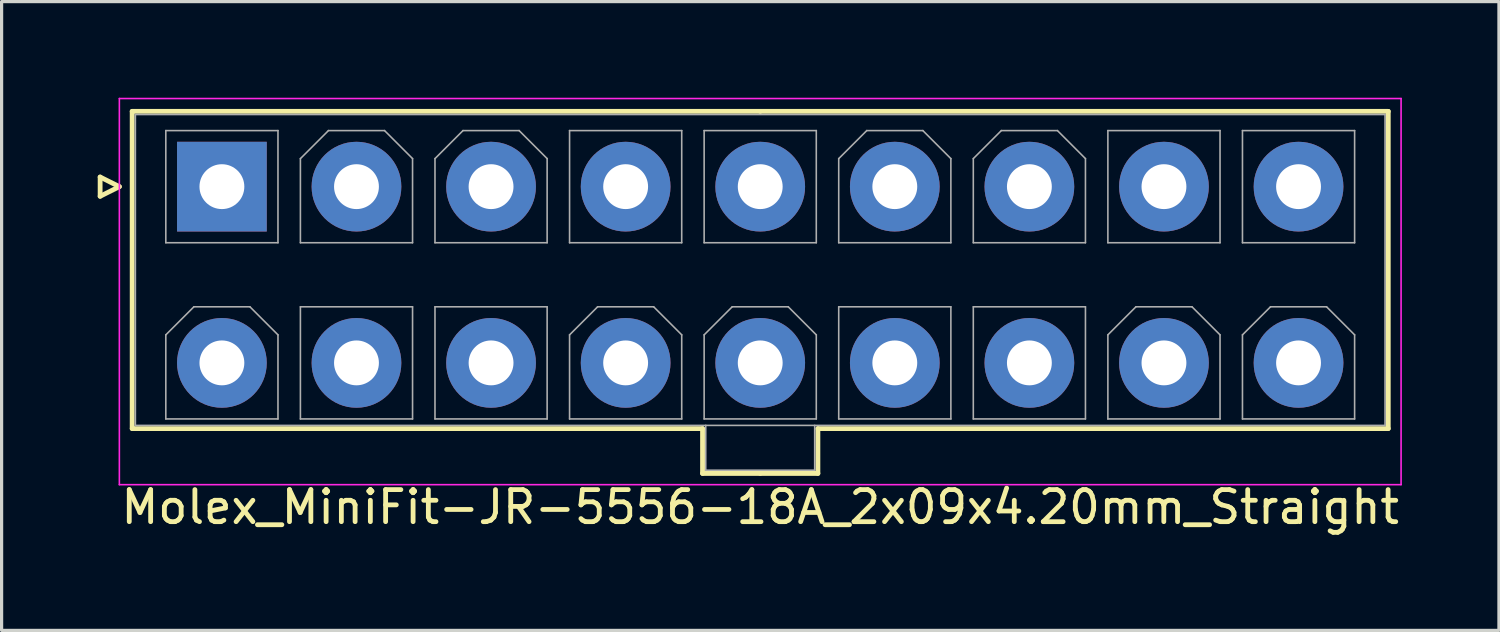
<source format=kicad_pcb>
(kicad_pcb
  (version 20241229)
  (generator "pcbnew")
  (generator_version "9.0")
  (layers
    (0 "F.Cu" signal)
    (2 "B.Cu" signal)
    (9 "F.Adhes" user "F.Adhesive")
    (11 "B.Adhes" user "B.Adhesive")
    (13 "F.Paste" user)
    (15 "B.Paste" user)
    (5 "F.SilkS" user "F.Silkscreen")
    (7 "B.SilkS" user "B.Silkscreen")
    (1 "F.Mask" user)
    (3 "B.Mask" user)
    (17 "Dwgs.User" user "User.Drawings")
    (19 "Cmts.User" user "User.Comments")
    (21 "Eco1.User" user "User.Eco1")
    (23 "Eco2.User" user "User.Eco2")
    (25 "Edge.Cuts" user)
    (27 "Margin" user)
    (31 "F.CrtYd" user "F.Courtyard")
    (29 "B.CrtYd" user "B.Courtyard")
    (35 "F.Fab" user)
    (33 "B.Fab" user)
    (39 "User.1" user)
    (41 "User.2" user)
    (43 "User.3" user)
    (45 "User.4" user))
  (footprint "Molex_MiniFit-JR-5556-18A_2x09x4.20mm_Straight"
    (layer "F.Cu")
    (at 3.875 2.775)
    (property "Reference" "Molex_MiniFit-JR-5556-18A_2x09x4.20mm_Straight" (at 16.8 10 0) (layer "F.SilkS") (effects (font (size 1 1) (thickness 0.15))))
    (attr through_hole)
    (fp_line (start -3.8 -0.3) (end -3.2 0) (stroke (width 0.15) (type solid)) (layer "F.SilkS"))
    (fp_line (start -3.8 0.3) (end -3.8 -0.3) (stroke (width 0.15) (type solid)) (layer "F.SilkS"))
    (fp_line (start -3.2 0) (end -3.8 0.3) (stroke (width 0.15) (type solid)) (layer "F.SilkS"))
    (fp_line (start -2.8 -2.35) (end -2.8 7.55) (stroke (width 0.15) (type solid)) (layer "F.SilkS"))
    (fp_line (start -2.8 7.55) (end 15 7.55) (stroke (width 0.15) (type solid)) (layer "F.SilkS"))
    (fp_line (start 15 7.55) (end 15 8.95) (stroke (width 0.15) (type solid)) (layer "F.SilkS"))
    (fp_line (start 15 8.95) (end 16.8 8.95) (stroke (width 0.15) (type solid)) (layer "F.SilkS"))
    (fp_line (start 16.8 -2.35) (end -2.8 -2.35) (stroke (width 0.15) (type solid)) (layer "F.SilkS"))
    (fp_line (start 16.8 -2.35) (end 36.4 -2.35) (stroke (width 0.15) (type solid)) (layer "F.SilkS"))
    (fp_line (start 18.6 7.55) (end 18.6 8.95) (stroke (width 0.15) (type solid)) (layer "F.SilkS"))
    (fp_line (start 18.6 8.95) (end 16.8 8.95) (stroke (width 0.15) (type solid)) (layer "F.SilkS"))
    (fp_line (start 36.4 -2.35) (end 36.4 7.55) (stroke (width 0.15) (type solid)) (layer "F.SilkS"))
    (fp_line (start 36.4 7.55) (end 18.6 7.55) (stroke (width 0.15) (type solid)) (layer "F.SilkS"))
    (fp_line (start -3.2 -2.75) (end -3.2 9.3) (stroke (width 0.05) (type solid)) (layer "F.CrtYd"))
    (fp_line (start -3.2 9.3) (end 36.8 9.3) (stroke (width 0.05) (type solid)) (layer "F.CrtYd"))
    (fp_line (start 36.8 -2.75) (end -3.2 -2.75) (stroke (width 0.05) (type solid)) (layer "F.CrtYd"))
    (fp_line (start 36.8 9.3) (end 36.8 -2.75) (stroke (width 0.05) (type solid)) (layer "F.CrtYd"))
    (fp_line (start -2.7 -2.25) (end -2.7 7.45) (stroke (width 0.05) (type solid)) (layer "F.Fab"))
    (fp_line (start -2.7 7.45) (end 36.3 7.45) (stroke (width 0.05) (type solid)) (layer "F.Fab"))
    (fp_line (start -1.75 -1.75) (end -1.75 1.75) (stroke (width 0.05) (type solid)) (layer "F.Fab"))
    (fp_line (start -1.75 1.75) (end 1.75 1.75) (stroke (width 0.05) (type solid)) (layer "F.Fab"))
    (fp_line (start -1.75 4.625) (end -0.875 3.75) (stroke (width 0.05) (type solid)) (layer "F.Fab"))
    (fp_line (start -1.75 7.25) (end -1.75 4.625) (stroke (width 0.05) (type solid)) (layer "F.Fab"))
    (fp_line (start -0.875 3.75) (end 0.875 3.75) (stroke (width 0.05) (type solid)) (layer "F.Fab"))
    (fp_line (start 0.875 3.75) (end 1.75 4.625) (stroke (width 0.05) (type solid)) (layer "F.Fab"))
    (fp_line (start 1.75 -1.75) (end -1.75 -1.75) (stroke (width 0.05) (type solid)) (layer "F.Fab"))
    (fp_line (start 1.75 1.75) (end 1.75 -1.75) (stroke (width 0.05) (type solid)) (layer "F.Fab"))
    (fp_line (start 1.75 4.625) (end 1.75 7.25) (stroke (width 0.05) (type solid)) (layer "F.Fab"))
    (fp_line (start 1.75 7.25) (end -1.75 7.25) (stroke (width 0.05) (type solid)) (layer "F.Fab"))
    (fp_line (start 2.45 -0.875) (end 3.325 -1.75) (stroke (width 0.05) (type solid)) (layer "F.Fab"))
    (fp_line (start 2.45 1.75) (end 2.45 -0.875) (stroke (width 0.05) (type solid)) (layer "F.Fab"))
    (fp_line (start 2.45 3.75) (end 2.45 7.25) (stroke (width 0.05) (type solid)) (layer "F.Fab"))
    (fp_line (start 2.45 7.25) (end 5.95 7.25) (stroke (width 0.05) (type solid)) (layer "F.Fab"))
    (fp_line (start 3.325 -1.75) (end 5.075 -1.75) (stroke (width 0.05) (type solid)) (layer "F.Fab"))
    (fp_line (start 5.075 -1.75) (end 5.95 -0.875) (stroke (width 0.05) (type solid)) (layer "F.Fab"))
    (fp_line (start 5.95 -0.875) (end 5.95 1.75) (stroke (width 0.05) (type solid)) (layer "F.Fab"))
    (fp_line (start 5.95 1.75) (end 2.45 1.75) (stroke (width 0.05) (type solid)) (layer "F.Fab"))
    (fp_line (start 5.95 3.75) (end 2.45 3.75) (stroke (width 0.05) (type solid)) (layer "F.Fab"))
    (fp_line (start 5.95 7.25) (end 5.95 3.75) (stroke (width 0.05) (type solid)) (layer "F.Fab"))
    (fp_line (start 6.65 -0.875) (end 7.525 -1.75) (stroke (width 0.05) (type solid)) (layer "F.Fab"))
    (fp_line (start 6.65 1.75) (end 6.65 -0.875) (stroke (width 0.05) (type solid)) (layer "F.Fab"))
    (fp_line (start 6.65 3.75) (end 6.65 7.25) (stroke (width 0.05) (type solid)) (layer "F.Fab"))
    (fp_line (start 6.65 7.25) (end 10.15 7.25) (stroke (width 0.05) (type solid)) (layer "F.Fab"))
    (fp_line (start 7.525 -1.75) (end 9.275 -1.75) (stroke (width 0.05) (type solid)) (layer "F.Fab"))
    (fp_line (start 9.275 -1.75) (end 10.15 -0.875) (stroke (width 0.05) (type solid)) (layer "F.Fab"))
    (fp_line (start 10.15 -0.875) (end 10.15 1.75) (stroke (width 0.05) (type solid)) (layer "F.Fab"))
    (fp_line (start 10.15 1.75) (end 6.65 1.75) (stroke (width 0.05) (type solid)) (layer "F.Fab"))
    (fp_line (start 10.15 3.75) (end 6.65 3.75) (stroke (width 0.05) (type solid)) (layer "F.Fab"))
    (fp_line (start 10.15 7.25) (end 10.15 3.75) (stroke (width 0.05) (type solid)) (layer "F.Fab"))
    (fp_line (start 10.85 -1.75) (end 10.85 1.75) (stroke (width 0.05) (type solid)) (layer "F.Fab"))
    (fp_line (start 10.85 1.75) (end 14.35 1.75) (stroke (width 0.05) (type solid)) (layer "F.Fab"))
    (fp_line (start 10.85 4.625) (end 11.725 3.75) (stroke (width 0.05) (type solid)) (layer "F.Fab"))
    (fp_line (start 10.85 7.25) (end 10.85 4.625) (stroke (width 0.05) (type solid)) (layer "F.Fab"))
    (fp_line (start 11.725 3.75) (end 13.475 3.75) (stroke (width 0.05) (type solid)) (layer "F.Fab"))
    (fp_line (start 13.475 3.75) (end 14.35 4.625) (stroke (width 0.05) (type solid)) (layer "F.Fab"))
    (fp_line (start 14.35 -1.75) (end 10.85 -1.75) (stroke (width 0.05) (type solid)) (layer "F.Fab"))
    (fp_line (start 14.35 1.75) (end 14.35 -1.75) (stroke (width 0.05) (type solid)) (layer "F.Fab"))
    (fp_line (start 14.35 4.625) (end 14.35 7.25) (stroke (width 0.05) (type solid)) (layer "F.Fab"))
    (fp_line (start 14.35 7.25) (end 10.85 7.25) (stroke (width 0.05) (type solid)) (layer "F.Fab"))
    (fp_line (start 15.05 -1.75) (end 15.05 1.75) (stroke (width 0.05) (type solid)) (layer "F.Fab"))
    (fp_line (start 15.05 1.75) (end 18.55 1.75) (stroke (width 0.05) (type solid)) (layer "F.Fab"))
    (fp_line (start 15.05 4.625) (end 15.925 3.75) (stroke (width 0.05) (type solid)) (layer "F.Fab"))
    (fp_line (start 15.05 7.25) (end 15.05 4.625) (stroke (width 0.05) (type solid)) (layer "F.Fab"))
    (fp_line (start 15.1 7.45) (end 15.1 8.85) (stroke (width 0.05) (type solid)) (layer "F.Fab"))
    (fp_line (start 15.1 8.85) (end 18.5 8.85) (stroke (width 0.05) (type solid)) (layer "F.Fab"))
    (fp_line (start 15.925 3.75) (end 17.675 3.75) (stroke (width 0.05) (type solid)) (layer "F.Fab"))
    (fp_line (start 17.675 3.75) (end 18.55 4.625) (stroke (width 0.05) (type solid)) (layer "F.Fab"))
    (fp_line (start 18.5 8.85) (end 18.5 7.45) (stroke (width 0.05) (type solid)) (layer "F.Fab"))
    (fp_line (start 18.55 -1.75) (end 15.05 -1.75) (stroke (width 0.05) (type solid)) (layer "F.Fab"))
    (fp_line (start 18.55 1.75) (end 18.55 -1.75) (stroke (width 0.05) (type solid)) (layer "F.Fab"))
    (fp_line (start 18.55 4.625) (end 18.55 7.25) (stroke (width 0.05) (type solid)) (layer "F.Fab"))
    (fp_line (start 18.55 7.25) (end 15.05 7.25) (stroke (width 0.05) (type solid)) (layer "F.Fab"))
    (fp_line (start 19.25 -0.875) (end 20.125 -1.75) (stroke (width 0.05) (type solid)) (layer "F.Fab"))
    (fp_line (start 19.25 1.75) (end 19.25 -0.875) (stroke (width 0.05) (type solid)) (layer "F.Fab"))
    (fp_line (start 19.25 3.75) (end 19.25 7.25) (stroke (width 0.05) (type solid)) (layer "F.Fab"))
    (fp_line (start 19.25 7.25) (end 22.75 7.25) (stroke (width 0.05) (type solid)) (layer "F.Fab"))
    (fp_line (start 20.125 -1.75) (end 21.875 -1.75) (stroke (width 0.05) (type solid)) (layer "F.Fab"))
    (fp_line (start 21.875 -1.75) (end 22.75 -0.875) (stroke (width 0.05) (type solid)) (layer "F.Fab"))
    (fp_line (start 22.75 -0.875) (end 22.75 1.75) (stroke (width 0.05) (type solid)) (layer "F.Fab"))
    (fp_line (start 22.75 1.75) (end 19.25 1.75) (stroke (width 0.05) (type solid)) (layer "F.Fab"))
    (fp_line (start 22.75 3.75) (end 19.25 3.75) (stroke (width 0.05) (type solid)) (layer "F.Fab"))
    (fp_line (start 22.75 7.25) (end 22.75 3.75) (stroke (width 0.05) (type solid)) (layer "F.Fab"))
    (fp_line (start 23.45 -0.875) (end 24.325 -1.75) (stroke (width 0.05) (type solid)) (layer "F.Fab"))
    (fp_line (start 23.45 1.75) (end 23.45 -0.875) (stroke (width 0.05) (type solid)) (layer "F.Fab"))
    (fp_line (start 23.45 3.75) (end 23.45 7.25) (stroke (width 0.05) (type solid)) (layer "F.Fab"))
    (fp_line (start 23.45 7.25) (end 26.95 7.25) (stroke (width 0.05) (type solid)) (layer "F.Fab"))
    (fp_line (start 24.325 -1.75) (end 26.075 -1.75) (stroke (width 0.05) (type solid)) (layer "F.Fab"))
    (fp_line (start 26.075 -1.75) (end 26.95 -0.875) (stroke (width 0.05) (type solid)) (layer "F.Fab"))
    (fp_line (start 26.95 -0.875) (end 26.95 1.75) (stroke (width 0.05) (type solid)) (layer "F.Fab"))
    (fp_line (start 26.95 1.75) (end 23.45 1.75) (stroke (width 0.05) (type solid)) (layer "F.Fab"))
    (fp_line (start 26.95 3.75) (end 23.45 3.75) (stroke (width 0.05) (type solid)) (layer "F.Fab"))
    (fp_line (start 26.95 7.25) (end 26.95 3.75) (stroke (width 0.05) (type solid)) (layer "F.Fab"))
    (fp_line (start 27.65 -1.75) (end 27.65 1.75) (stroke (width 0.05) (type solid)) (layer "F.Fab"))
    (fp_line (start 27.65 1.75) (end 31.15 1.75) (stroke (width 0.05) (type solid)) (layer "F.Fab"))
    (fp_line (start 27.65 4.625) (end 28.525 3.75) (stroke (width 0.05) (type solid)) (layer "F.Fab"))
    (fp_line (start 27.65 7.25) (end 27.65 4.625) (stroke (width 0.05) (type solid)) (layer "F.Fab"))
    (fp_line (start 28.525 3.75) (end 30.275 3.75) (stroke (width 0.05) (type solid)) (layer "F.Fab"))
    (fp_line (start 30.275 3.75) (end 31.15 4.625) (stroke (width 0.05) (type solid)) (layer "F.Fab"))
    (fp_line (start 31.15 -1.75) (end 27.65 -1.75) (stroke (width 0.05) (type solid)) (layer "F.Fab"))
    (fp_line (start 31.15 1.75) (end 31.15 -1.75) (stroke (width 0.05) (type solid)) (layer "F.Fab"))
    (fp_line (start 31.15 4.625) (end 31.15 7.25) (stroke (width 0.05) (type solid)) (layer "F.Fab"))
    (fp_line (start 31.15 7.25) (end 27.65 7.25) (stroke (width 0.05) (type solid)) (layer "F.Fab"))
    (fp_line (start 31.85 -1.75) (end 31.85 1.75) (stroke (width 0.05) (type solid)) (layer "F.Fab"))
    (fp_line (start 31.85 1.75) (end 35.35 1.75) (stroke (width 0.05) (type solid)) (layer "F.Fab"))
    (fp_line (start 31.85 4.625) (end 32.725 3.75) (stroke (width 0.05) (type solid)) (layer "F.Fab"))
    (fp_line (start 31.85 7.25) (end 31.85 4.625) (stroke (width 0.05) (type solid)) (layer "F.Fab"))
    (fp_line (start 32.725 3.75) (end 34.475 3.75) (stroke (width 0.05) (type solid)) (layer "F.Fab"))
    (fp_line (start 34.475 3.75) (end 35.35 4.625) (stroke (width 0.05) (type solid)) (layer "F.Fab"))
    (fp_line (start 35.35 -1.75) (end 31.85 -1.75) (stroke (width 0.05) (type solid)) (layer "F.Fab"))
    (fp_line (start 35.35 1.75) (end 35.35 -1.75) (stroke (width 0.05) (type solid)) (layer "F.Fab"))
    (fp_line (start 35.35 4.625) (end 35.35 7.25) (stroke (width 0.05) (type solid)) (layer "F.Fab"))
    (fp_line (start 35.35 7.25) (end 31.85 7.25) (stroke (width 0.05) (type solid)) (layer "F.Fab"))
    (fp_line (start 36.3 -2.25) (end -2.7 -2.25) (stroke (width 0.05) (type solid)) (layer "F.Fab"))
    (fp_line (start 36.3 7.45) (end 36.3 -2.25) (stroke (width 0.05) (type solid)) (layer "F.Fab"))
    (pad "1" thru_hole rect (at 0 0) (size 2.8 2.8) (drill 1.4) (layers "*.Cu" "*.Mask"))
    (pad "2" thru_hole circle (at 4.2 0) (size 2.8 2.8) (drill 1.4) (layers "*.Cu" "*.Mask"))
    (pad "3" thru_hole circle (at 8.4 0) (size 2.8 2.8) (drill 1.4) (layers "*.Cu" "*.Mask"))
    (pad "4" thru_hole circle (at 12.6 0) (size 2.8 2.8) (drill 1.4) (layers "*.Cu" "*.Mask"))
    (pad "5" thru_hole circle (at 16.8 0) (size 2.8 2.8) (drill 1.4) (layers "*.Cu" "*.Mask"))
    (pad "6" thru_hole circle (at 21 0) (size 2.8 2.8) (drill 1.4) (layers "*.Cu" "*.Mask"))
    (pad "7" thru_hole circle (at 25.2 0) (size 2.8 2.8) (drill 1.4) (layers "*.Cu" "*.Mask"))
    (pad "8" thru_hole circle (at 29.4 0) (size 2.8 2.8) (drill 1.4) (layers "*.Cu" "*.Mask"))
    (pad "9" thru_hole circle (at 33.6 0) (size 2.8 2.8) (drill 1.4) (layers "*.Cu" "*.Mask"))
    (pad "10" thru_hole circle (at 0 5.5) (size 2.8 2.8) (drill 1.4) (layers "*.Cu" "*.Mask"))
    (pad "11" thru_hole circle (at 4.2 5.5) (size 2.8 2.8) (drill 1.4) (layers "*.Cu" "*.Mask"))
    (pad "12" thru_hole circle (at 8.4 5.5) (size 2.8 2.8) (drill 1.4) (layers "*.Cu" "*.Mask"))
    (pad "13" thru_hole circle (at 12.6 5.5) (size 2.8 2.8) (drill 1.4) (layers "*.Cu" "*.Mask"))
    (pad "14" thru_hole circle (at 16.8 5.5) (size 2.8 2.8) (drill 1.4) (layers "*.Cu" "*.Mask"))
    (pad "15" thru_hole circle (at 21 5.5) (size 2.8 2.8) (drill 1.4) (layers "*.Cu" "*.Mask"))
    (pad "16" thru_hole circle (at 25.2 5.5) (size 2.8 2.8) (drill 1.4) (layers "*.Cu" "*.Mask"))
    (pad "17" thru_hole circle (at 29.4 5.5) (size 2.8 2.8) (drill 1.4) (layers "*.Cu" "*.Mask"))
    (pad "18" thru_hole circle (at 33.6 5.5) (size 2.8 2.8) (drill 1.4) (layers "*.Cu" "*.Mask")))
  (gr_rect
    (start -3 -3)
    (end 43.729 16.623)
    (stroke (width 0.1) (type default))
    (fill no)
    (layer "Edge.Cuts")))
</source>
